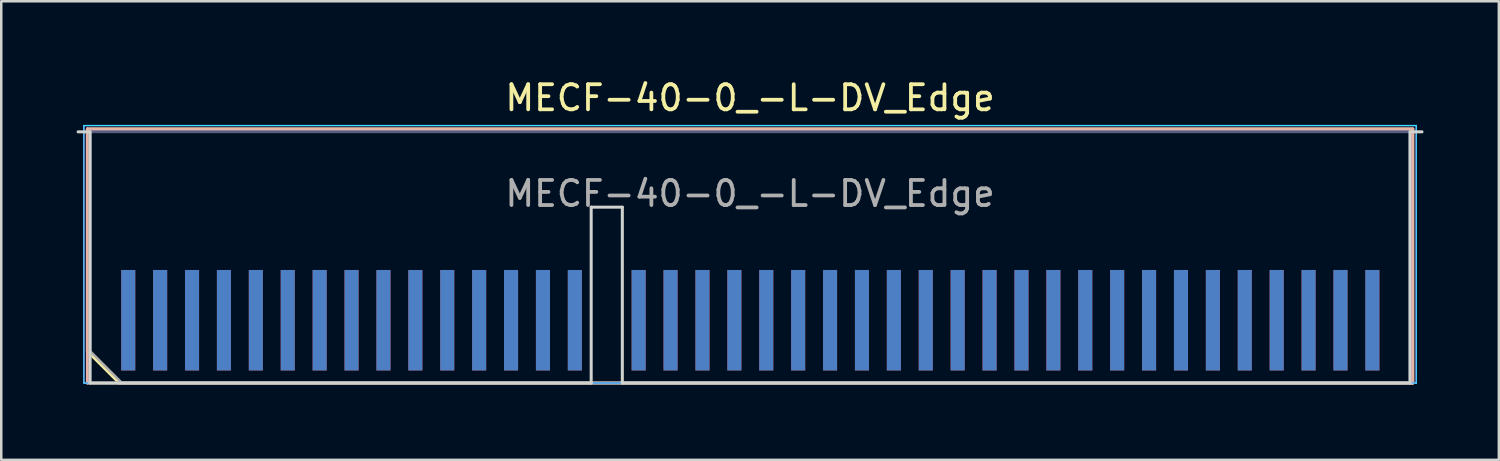
<source format=kicad_pcb>
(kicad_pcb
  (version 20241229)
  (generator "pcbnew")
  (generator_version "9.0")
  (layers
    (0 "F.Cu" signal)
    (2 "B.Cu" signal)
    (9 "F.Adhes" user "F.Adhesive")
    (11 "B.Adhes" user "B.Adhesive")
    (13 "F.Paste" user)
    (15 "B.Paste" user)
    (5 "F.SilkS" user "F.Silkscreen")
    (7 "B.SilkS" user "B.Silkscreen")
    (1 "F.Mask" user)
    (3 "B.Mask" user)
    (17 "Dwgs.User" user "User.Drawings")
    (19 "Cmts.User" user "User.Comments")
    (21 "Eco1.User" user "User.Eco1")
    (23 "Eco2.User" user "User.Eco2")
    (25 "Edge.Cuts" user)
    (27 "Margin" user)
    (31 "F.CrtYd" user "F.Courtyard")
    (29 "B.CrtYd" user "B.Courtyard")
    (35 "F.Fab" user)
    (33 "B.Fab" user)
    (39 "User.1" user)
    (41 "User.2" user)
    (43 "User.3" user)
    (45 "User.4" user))
  (footprint "MECF-40-0_-L-DV_Edge"
    (layer "F.Cu")
    (at 26.81 7.198)
    (property "Reference" "MECF-40-0_-L-DV_Edge" (at 0 -6.35 0) (layer "F.SilkS") (effects (font (size 1 1) (thickness 0.15))))
    (attr exclude_from_pos_files exclude_from_bom)
    (fp_line (start -26.38 -5.11) (end 26.38 -5.11) (stroke (width 0.12) (type solid)) (layer "F.SilkS"))
    (fp_line (start -26.38 3.73) (end -26.38 -5.11) (stroke (width 0.12) (type solid)) (layer "F.SilkS"))
    (fp_line (start -25.11 5) (end -26.38 3.73) (stroke (width 0.12) (type solid)) (layer "F.SilkS"))
    (fp_line (start -25.11 5) (end 26.38 5) (stroke (width 0.12) (type solid)) (layer "F.SilkS"))
    (fp_line (start 26.38 5) (end 26.38 -5.11) (stroke (width 0.12) (type solid)) (layer "F.SilkS"))
    (fp_line (start -26.38 -5.11) (end 26.38 -5.11) (stroke (width 0.12) (type solid)) (layer "B.SilkS"))
    (fp_line (start -26.38 5) (end -26.38 -5.11) (stroke (width 0.12) (type solid)) (layer "B.SilkS"))
    (fp_line (start -26.38 5) (end 26.38 5) (stroke (width 0.12) (type solid)) (layer "B.SilkS"))
    (fp_line (start 26.38 5) (end 26.38 -5.11) (stroke (width 0.12) (type solid)) (layer "B.SilkS"))
    (fp_line (start -26.75 -5) (end -26.275 -5) (stroke (width 0.12) (type solid)) (layer "Edge.Cuts"))
    (fp_line (start -26.275 5) (end -26.275 -5) (stroke (width 0.12) (type solid)) (layer "Edge.Cuts"))
    (fp_line (start -26.275 5) (end -6.325 5) (stroke (width 0.12) (type solid)) (layer "Edge.Cuts"))
    (fp_line (start -6.325 -2) (end -5.085 -2) (stroke (width 0.12) (type solid)) (layer "Edge.Cuts"))
    (fp_line (start -6.325 5) (end -6.325 -2) (stroke (width 0.12) (type solid)) (layer "Edge.Cuts"))
    (fp_line (start -5.085 5) (end -5.085 -2) (stroke (width 0.12) (type solid)) (layer "Edge.Cuts"))
    (fp_line (start -5.085 5) (end 26.275 5) (stroke (width 0.12) (type solid)) (layer "Edge.Cuts"))
    (fp_line (start 26.275 5) (end 26.275 -5) (stroke (width 0.12) (type solid)) (layer "Edge.Cuts"))
    (fp_line (start 26.75 -5) (end 26.275 -5) (stroke (width 0.12) (type solid)) (layer "Edge.Cuts"))
    (fp_line (start -26.52 -5.25) (end -26.52 5) (stroke (width 0.05) (type solid)) (layer "B.CrtYd"))
    (fp_line (start -26.52 5) (end 26.52 5) (stroke (width 0.05) (type solid)) (layer "B.CrtYd"))
    (fp_line (start 26.52 -5.25) (end -26.52 -5.25) (stroke (width 0.05) (type solid)) (layer "B.CrtYd"))
    (fp_line (start 26.52 5) (end 26.52 -5.25) (stroke (width 0.05) (type solid)) (layer "B.CrtYd"))
    (fp_line (start -26.52 -5.25) (end -26.52 5) (stroke (width 0.05) (type solid)) (layer "F.CrtYd"))
    (fp_line (start -26.52 5) (end 26.52 5) (stroke (width 0.05) (type solid)) (layer "F.CrtYd"))
    (fp_line (start 26.52 -5.25) (end -26.52 -5.25) (stroke (width 0.05) (type solid)) (layer "F.CrtYd"))
    (fp_line (start 26.52 5) (end 26.52 -5.25) (stroke (width 0.05) (type solid)) (layer "F.CrtYd"))
    (fp_line (start -26.275 -5) (end 26.275 -5) (stroke (width 0.1) (type solid)) (layer "B.Fab"))
    (fp_line (start -26.275 5) (end -26.275 -5) (stroke (width 0.1) (type solid)) (layer "B.Fab"))
    (fp_line (start -26.275 5) (end 26.275 5) (stroke (width 0.1) (type solid)) (layer "B.Fab"))
    (fp_line (start 26.275 5) (end 26.275 -5) (stroke (width 0.1) (type solid)) (layer "B.Fab"))
    (fp_line (start -26.275 -5) (end 26.275 -5) (stroke (width 0.1) (type solid)) (layer "F.Fab"))
    (fp_line (start -26.275 3.73) (end -26.275 -5) (stroke (width 0.1) (type solid)) (layer "F.Fab"))
    (fp_line (start -26.275 3.73) (end -25.005 5) (stroke (width 0.1) (type solid)) (layer "F.Fab"))
    (fp_line (start -25.005 5) (end 26.275 5) (stroke (width 0.1) (type solid)) (layer "F.Fab"))
    (fp_line (start 26.275 5) (end 26.275 -5) (stroke (width 0.1) (type solid)) (layer "F.Fab"))
    (fp_text user "${REFERENCE}" (at 0 -2.54 0) (layer "F.Fab") (effects (font (size 1 1) (thickness 0.15))))
    (pad "1" smd rect (at -24.755 2.5) (size 0.56 4) (layers "F.Cu" "F.Mask" "F.Paste"))
    (pad "2" smd rect (at -24.755 2.5) (size 0.56 4) (layers "B.Cu" "B.Mask" "B.Paste"))
    (pad "3" smd rect (at -23.485 2.5) (size 0.56 4) (layers "F.Cu" "F.Mask" "F.Paste"))
    (pad "4" smd rect (at -23.485 2.5) (size 0.56 4) (layers "B.Cu" "B.Mask" "B.Paste"))
    (pad "5" smd rect (at -22.215 2.5) (size 0.56 4) (layers "F.Cu" "F.Mask" "F.Paste"))
    (pad "6" smd rect (at -22.215 2.5) (size 0.56 4) (layers "B.Cu" "B.Mask" "B.Paste"))
    (pad "7" smd rect (at -20.945 2.5) (size 0.56 4) (layers "F.Cu" "F.Mask" "F.Paste"))
    (pad "8" smd rect (at -20.945 2.5) (size 0.56 4) (layers "B.Cu" "B.Mask" "B.Paste"))
    (pad "9" smd rect (at -19.675 2.5) (size 0.56 4) (layers "F.Cu" "F.Mask" "F.Paste"))
    (pad "10" smd rect (at -19.675 2.5) (size 0.56 4) (layers "B.Cu" "B.Mask" "B.Paste"))
    (pad "11" smd rect (at -18.405 2.5) (size 0.56 4) (layers "F.Cu" "F.Mask" "F.Paste"))
    (pad "12" smd rect (at -18.405 2.5) (size 0.56 4) (layers "B.Cu" "B.Mask" "B.Paste"))
    (pad "13" smd rect (at -17.135 2.5) (size 0.56 4) (layers "F.Cu" "F.Mask" "F.Paste"))
    (pad "14" smd rect (at -17.135 2.5) (size 0.56 4) (layers "B.Cu" "B.Mask" "B.Paste"))
    (pad "15" smd rect (at -15.865 2.5) (size 0.56 4) (layers "F.Cu" "F.Mask" "F.Paste"))
    (pad "16" smd rect (at -15.865 2.5) (size 0.56 4) (layers "B.Cu" "B.Mask" "B.Paste"))
    (pad "17" smd rect (at -14.595 2.5) (size 0.56 4) (layers "F.Cu" "F.Mask" "F.Paste"))
    (pad "18" smd rect (at -14.595 2.5) (size 0.56 4) (layers "B.Cu" "B.Mask" "B.Paste"))
    (pad "19" smd rect (at -13.325 2.5) (size 0.56 4) (layers "F.Cu" "F.Mask" "F.Paste"))
    (pad "20" smd rect (at -13.325 2.5) (size 0.56 4) (layers "B.Cu" "B.Mask" "B.Paste"))
    (pad "21" smd rect (at -12.055 2.5) (size 0.56 4) (layers "F.Cu" "F.Mask" "F.Paste"))
    (pad "22" smd rect (at -12.055 2.5) (size 0.56 4) (layers "B.Cu" "B.Mask" "B.Paste"))
    (pad "23" smd rect (at -10.785 2.5) (size 0.56 4) (layers "F.Cu" "F.Mask" "F.Paste"))
    (pad "24" smd rect (at -10.785 2.5) (size 0.56 4) (layers "B.Cu" "B.Mask" "B.Paste"))
    (pad "25" smd rect (at -9.515 2.5) (size 0.56 4) (layers "F.Cu" "F.Mask" "F.Paste"))
    (pad "26" smd rect (at -9.515 2.5) (size 0.56 4) (layers "B.Cu" "B.Mask" "B.Paste"))
    (pad "27" smd rect (at -8.245 2.5) (size 0.56 4) (layers "F.Cu" "F.Mask" "F.Paste"))
    (pad "28" smd rect (at -8.245 2.5) (size 0.56 4) (layers "B.Cu" "B.Mask" "B.Paste"))
    (pad "29" smd rect (at -6.975 2.5) (size 0.56 4) (layers "F.Cu" "F.Mask" "F.Paste"))
    (pad "30" smd rect (at -6.975 2.5) (size 0.56 4) (layers "B.Cu" "B.Mask" "B.Paste"))
    (pad "33" smd rect (at -4.435 2.5) (size 0.56 4) (layers "F.Cu" "F.Mask" "F.Paste"))
    (pad "34" smd rect (at -4.435 2.5) (size 0.56 4) (layers "B.Cu" "B.Mask" "B.Paste"))
    (pad "35" smd rect (at -3.165 2.5) (size 0.56 4) (layers "F.Cu" "F.Mask" "F.Paste"))
    (pad "36" smd rect (at -3.165 2.5) (size 0.56 4) (layers "B.Cu" "B.Mask" "B.Paste"))
    (pad "37" smd rect (at -1.895 2.5) (size 0.56 4) (layers "F.Cu" "F.Mask" "F.Paste"))
    (pad "38" smd rect (at -1.895 2.5) (size 0.56 4) (layers "B.Cu" "B.Mask" "B.Paste"))
    (pad "39" smd rect (at -0.625 2.5) (size 0.56 4) (layers "F.Cu" "F.Mask" "F.Paste"))
    (pad "40" smd rect (at -0.625 2.5) (size 0.56 4) (layers "B.Cu" "B.Mask" "B.Paste"))
    (pad "41" smd rect (at 0.645 2.5) (size 0.56 4) (layers "F.Cu" "F.Mask" "F.Paste"))
    (pad "42" smd rect (at 0.645 2.5) (size 0.56 4) (layers "B.Cu" "B.Mask" "B.Paste"))
    (pad "43" smd rect (at 1.915 2.5) (size 0.56 4) (layers "F.Cu" "F.Mask" "F.Paste"))
    (pad "44" smd rect (at 1.915 2.5) (size 0.56 4) (layers "B.Cu" "B.Mask" "B.Paste"))
    (pad "45" smd rect (at 3.185 2.5) (size 0.56 4) (layers "F.Cu" "F.Mask" "F.Paste"))
    (pad "46" smd rect (at 3.185 2.5) (size 0.56 4) (layers "B.Cu" "B.Mask" "B.Paste"))
    (pad "47" smd rect (at 4.455 2.5) (size 0.56 4) (layers "F.Cu" "F.Mask" "F.Paste"))
    (pad "48" smd rect (at 4.455 2.5) (size 0.56 4) (layers "B.Cu" "B.Mask" "B.Paste"))
    (pad "49" smd rect (at 5.725 2.5) (size 0.56 4) (layers "F.Cu" "F.Mask" "F.Paste"))
    (pad "50" smd rect (at 5.725 2.5) (size 0.56 4) (layers "B.Cu" "B.Mask" "B.Paste"))
    (pad "51" smd rect (at 6.995 2.5) (size 0.56 4) (layers "F.Cu" "F.Mask" "F.Paste"))
    (pad "52" smd rect (at 6.995 2.5) (size 0.56 4) (layers "B.Cu" "B.Mask" "B.Paste"))
    (pad "53" smd rect (at 8.265 2.5) (size 0.56 4) (layers "F.Cu" "F.Mask" "F.Paste"))
    (pad "54" smd rect (at 8.265 2.5) (size 0.56 4) (layers "B.Cu" "B.Mask" "B.Paste"))
    (pad "55" smd rect (at 9.535 2.5) (size 0.56 4) (layers "F.Cu" "F.Mask" "F.Paste"))
    (pad "56" smd rect (at 9.535 2.5) (size 0.56 4) (layers "B.Cu" "B.Mask" "B.Paste"))
    (pad "57" smd rect (at 10.805 2.5) (size 0.56 4) (layers "F.Cu" "F.Mask" "F.Paste"))
    (pad "58" smd rect (at 10.805 2.5) (size 0.56 4) (layers "B.Cu" "B.Mask" "B.Paste"))
    (pad "59" smd rect (at 12.075 2.5) (size 0.56 4) (layers "F.Cu" "F.Mask" "F.Paste"))
    (pad "60" smd rect (at 12.075 2.5) (size 0.56 4) (layers "B.Cu" "B.Mask" "B.Paste"))
    (pad "61" smd rect (at 13.345 2.5) (size 0.56 4) (layers "F.Cu" "F.Mask" "F.Paste"))
    (pad "62" smd rect (at 13.345 2.5) (size 0.56 4) (layers "B.Cu" "B.Mask" "B.Paste"))
    (pad "63" smd rect (at 14.615 2.5) (size 0.56 4) (layers "F.Cu" "F.Mask" "F.Paste"))
    (pad "64" smd rect (at 14.615 2.5) (size 0.56 4) (layers "B.Cu" "B.Mask" "B.Paste"))
    (pad "65" smd rect (at 15.885 2.5) (size 0.56 4) (layers "F.Cu" "F.Mask" "F.Paste"))
    (pad "66" smd rect (at 15.885 2.5) (size 0.56 4) (layers "B.Cu" "B.Mask" "B.Paste"))
    (pad "67" smd rect (at 17.155 2.5) (size 0.56 4) (layers "F.Cu" "F.Mask" "F.Paste"))
    (pad "68" smd rect (at 17.155 2.5) (size 0.56 4) (layers "B.Cu" "B.Mask" "B.Paste"))
    (pad "69" smd rect (at 18.425 2.5) (size 0.56 4) (layers "F.Cu" "F.Mask" "F.Paste"))
    (pad "70" smd rect (at 18.425 2.5) (size 0.56 4) (layers "B.Cu" "B.Mask" "B.Paste"))
    (pad "71" smd rect (at 19.695 2.5) (size 0.56 4) (layers "F.Cu" "F.Mask" "F.Paste"))
    (pad "72" smd rect (at 19.695 2.5) (size 0.56 4) (layers "B.Cu" "B.Mask" "B.Paste"))
    (pad "73" smd rect (at 20.965 2.5) (size 0.56 4) (layers "F.Cu" "F.Mask" "F.Paste"))
    (pad "74" smd rect (at 20.965 2.5) (size 0.56 4) (layers "B.Cu" "B.Mask" "B.Paste"))
    (pad "75" smd rect (at 22.235 2.5) (size 0.56 4) (layers "F.Cu" "F.Mask" "F.Paste"))
    (pad "76" smd rect (at 22.235 2.5) (size 0.56 4) (layers "B.Cu" "B.Mask" "B.Paste"))
    (pad "77" smd rect (at 23.505 2.5) (size 0.56 4) (layers "F.Cu" "F.Mask" "F.Paste"))
    (pad "78" smd rect (at 23.505 2.5) (size 0.56 4) (layers "B.Cu" "B.Mask" "B.Paste"))
    (pad "79" smd rect (at 24.775 2.5) (size 0.56 4) (layers "F.Cu" "F.Mask" "F.Paste"))
    (pad "80" smd rect (at 24.775 2.5) (size 0.56 4) (layers "B.Cu" "B.Mask" "B.Paste")))
  (gr_rect
    (start -3 -3)
    (end 56.62 15.258)
    (stroke (width 0.1) (type default))
    (fill no)
    (layer "Edge.Cuts")))
</source>
